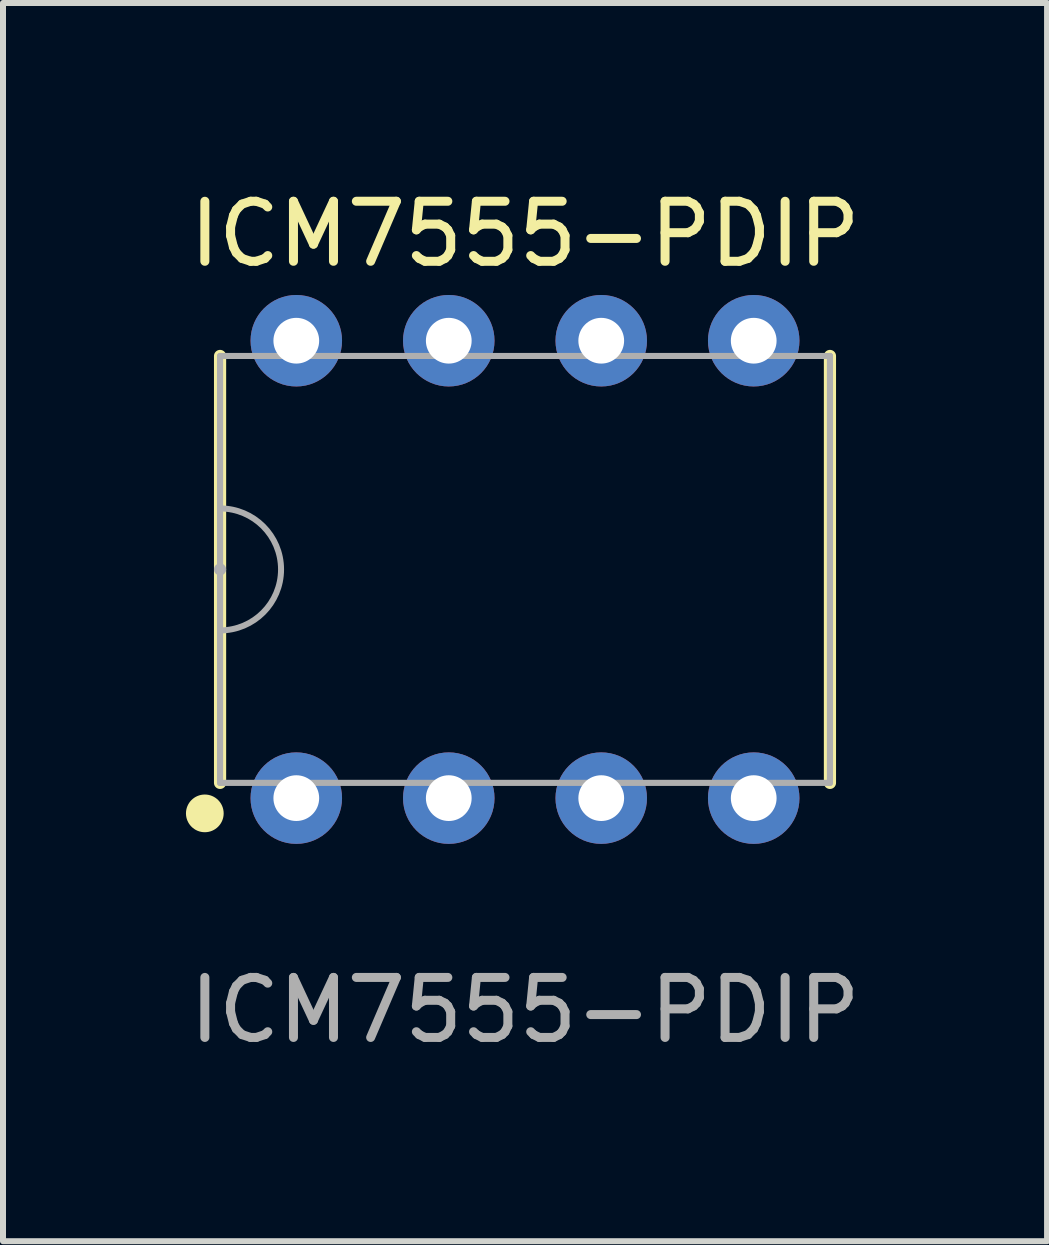
<source format=kicad_pcb>
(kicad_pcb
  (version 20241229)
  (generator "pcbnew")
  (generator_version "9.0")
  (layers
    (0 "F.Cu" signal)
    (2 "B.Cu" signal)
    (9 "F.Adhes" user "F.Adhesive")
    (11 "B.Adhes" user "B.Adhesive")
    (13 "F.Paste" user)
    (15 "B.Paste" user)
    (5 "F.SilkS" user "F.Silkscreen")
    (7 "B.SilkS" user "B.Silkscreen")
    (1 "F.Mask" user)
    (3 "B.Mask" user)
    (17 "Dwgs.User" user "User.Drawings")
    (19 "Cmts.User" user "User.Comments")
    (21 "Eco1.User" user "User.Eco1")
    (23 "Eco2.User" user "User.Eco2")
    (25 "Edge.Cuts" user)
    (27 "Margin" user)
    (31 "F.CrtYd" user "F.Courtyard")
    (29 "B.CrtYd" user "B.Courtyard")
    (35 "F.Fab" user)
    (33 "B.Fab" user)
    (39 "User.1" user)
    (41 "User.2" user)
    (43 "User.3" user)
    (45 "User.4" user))
  (footprint "ICM7555-PDIP"
    (layer "F.Cu")
    (at 5.696 6.436)
    (property "Reference" "ICM7555-PDIP" (at 0 -5.588 0) (unlocked yes) (layer "F.SilkS") (effects (font (size 1 1) (thickness 0.15))))
    (attr through_hole)
    (fp_line (start -5.08 3.556) (end -5.08 -3.556) (stroke (width 0.203) (type solid)) (layer "F.SilkS"))
    (fp_line (start 5.08 3.556) (end 5.08 -3.556) (stroke (width 0.203) (type solid)) (layer "F.SilkS"))
    (fp_circle (center -5.334 4.064) (end -5.08 4.064) (stroke (width 0.12) (type solid)) (fill yes) (layer "F.SilkS"))
    (fp_line (start -5.08 3.556) (end -5.08 -3.556) (stroke (width 0.102) (type solid)) (layer "F.Fab"))
    (fp_line (start -5.08 3.556) (end 5.08 3.556) (stroke (width 0.102) (type solid)) (layer "F.Fab"))
    (fp_line (start 5.08 -3.556) (end -5.08 -3.556) (stroke (width 0.102) (type solid)) (layer "F.Fab"))
    (fp_line (start 5.08 -3.556) (end 5.08 -3.556) (stroke (width 0.102) (type solid)) (layer "F.Fab"))
    (fp_line (start 5.08 -3.556) (end 5.08 3.556) (stroke (width 0.102) (type solid)) (layer "F.Fab"))
    (fp_arc (start -5.08 -1.016) (mid -4.063999 0) (end -5.08 1.016) (stroke (width 0.1) (type solid)) (layer "F.Fab"))
    (fp_circle (center -5.08 0) (end -5.08 0) (stroke (width 0.102) (type solid)) (fill no) (layer "F.Fab"))
    (fp_text user "${REFERENCE}" (at 0 7.342 0) (unlocked yes) (layer "F.Fab") (effects (font (size 1 1) (thickness 0.15))))
    (pad "1" thru_hole circle (at -3.81 3.81) (size 1.524 1.524) (drill 0.762) (layers "*.Cu" "*.Mask"))
    (pad "2" thru_hole circle (at -1.27 3.81) (size 1.524 1.524) (drill 0.762) (layers "*.Cu" "*.Mask"))
    (pad "3" thru_hole circle (at 1.27 3.81 90) (size 1.524 1.524) (drill 0.762) (layers "*.Cu" "*.Mask"))
    (pad "4" thru_hole circle (at 3.81 3.81 90) (size 1.524 1.524) (drill 0.762) (layers "*.Cu" "*.Mask"))
    (pad "5" thru_hole circle (at 3.81 -3.81 90) (size 1.524 1.524) (drill 0.762) (layers "*.Cu" "*.Mask"))
    (pad "6" thru_hole circle (at 1.27 -3.81 90) (size 1.524 1.524) (drill 0.762) (layers "*.Cu" "*.Mask"))
    (pad "7" thru_hole circle (at -1.27 -3.81 90) (size 1.524 1.524) (drill 0.762) (layers "*.Cu" "*.Mask"))
    (pad "8" thru_hole circle (at -3.81 -3.81 90) (size 1.524 1.524) (drill 0.762) (layers "*.Cu" "*.Mask")))
  (gr_rect
    (start -3 -3)
    (end 14.393 17.627)
    (stroke (width 0.1) (type default))
    (fill no)
    (layer "Edge.Cuts")))
</source>
